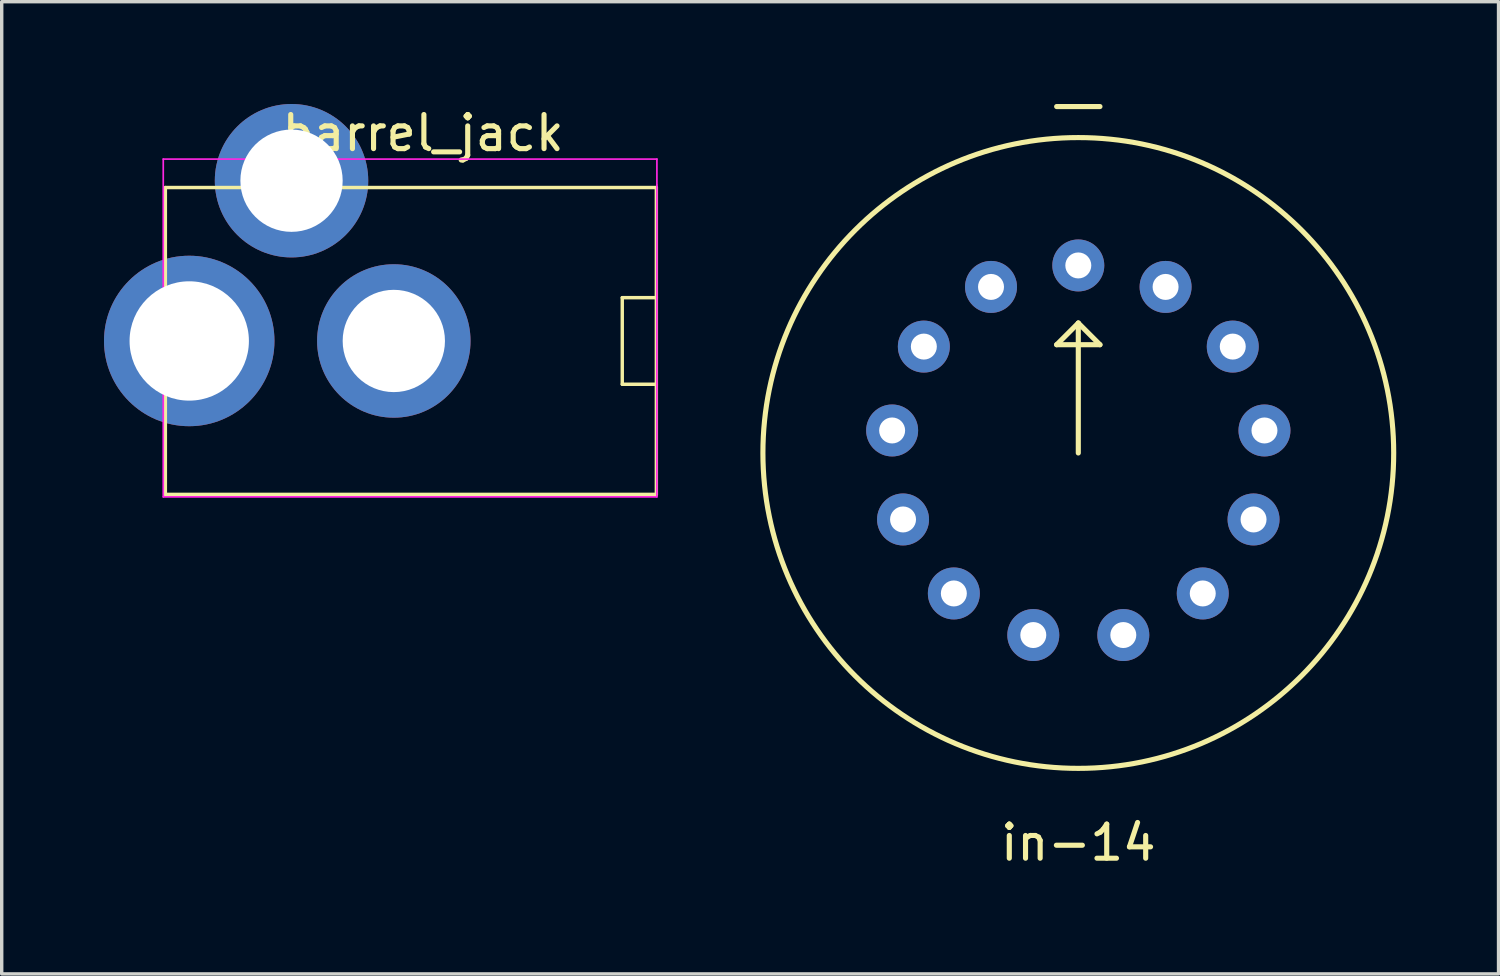
<source format=kicad_pcb>
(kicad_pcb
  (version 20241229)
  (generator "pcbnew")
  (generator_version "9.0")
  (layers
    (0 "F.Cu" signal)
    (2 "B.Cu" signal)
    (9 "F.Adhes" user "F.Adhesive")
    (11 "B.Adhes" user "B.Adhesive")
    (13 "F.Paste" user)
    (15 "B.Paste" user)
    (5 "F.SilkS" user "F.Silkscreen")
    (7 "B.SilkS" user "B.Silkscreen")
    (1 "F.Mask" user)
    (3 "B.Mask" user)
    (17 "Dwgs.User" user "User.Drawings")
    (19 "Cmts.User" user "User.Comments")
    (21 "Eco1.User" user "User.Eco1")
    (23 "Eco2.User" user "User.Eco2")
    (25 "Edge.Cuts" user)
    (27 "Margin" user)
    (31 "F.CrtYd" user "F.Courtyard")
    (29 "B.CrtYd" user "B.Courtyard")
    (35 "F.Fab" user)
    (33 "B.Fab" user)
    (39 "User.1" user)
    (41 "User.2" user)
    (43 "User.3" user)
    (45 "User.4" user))
  (footprint "barrel_jack"
    (layer "F.Cu")
    (at 2.5 6.95)
    (property "Reference" "barrel_jack" (at 6.858 -6.096 0) (layer "F.SilkS") (effects (font (size 1 1) (thickness 0.15))))
    (attr through_hole)
    (fp_line (start -0.7 -4.5) (end -0.7 4.5) (stroke (width 0.1) (type solid)) (layer "F.SilkS"))
    (fp_line (start -0.7 -4.5) (end 13.7 -4.5) (stroke (width 0.1) (type solid)) (layer "F.SilkS"))
    (fp_line (start -0.7 4.5) (end 13.7 4.5) (stroke (width 0.1) (type solid)) (layer "F.SilkS"))
    (fp_line (start 12.7 -1.27) (end 12.7 1.27) (stroke (width 0.1) (type solid)) (layer "F.SilkS"))
    (fp_line (start 12.7 -1.27) (end 13.7 -1.27) (stroke (width 0.1) (type solid)) (layer "F.SilkS"))
    (fp_line (start 12.7 1.27) (end 13.7 1.27) (stroke (width 0.1) (type solid)) (layer "F.SilkS"))
    (fp_line (start 13.7 -4.5) (end 13.7 4.5) (stroke (width 0.1) (type solid)) (layer "F.SilkS"))
    (fp_line (start -0.762 -5.334) (end -0.762 4.572) (stroke (width 0.05) (type solid)) (layer "F.CrtYd"))
    (fp_line (start -0.762 4.572) (end 13.716 4.572) (stroke (width 0.05) (type solid)) (layer "F.CrtYd"))
    (fp_line (start 13.716 -5.334) (end -0.762 -5.334) (stroke (width 0.05) (type solid)) (layer "F.CrtYd"))
    (fp_line (start 13.716 -4.572) (end 13.716 -5.334) (stroke (width 0.05) (type solid)) (layer "F.CrtYd"))
    (fp_line (start 13.716 4.572) (end 13.716 -4.572) (stroke (width 0.05) (type solid)) (layer "F.CrtYd"))
    (pad "1" thru_hole circle (at 0 0) (size 5 5) (drill 3.5) (layers "*.Cu" "*.Mask"))
    (pad "2" thru_hole circle (at 6 0) (size 4.5 4.5) (drill 3) (layers "*.Cu" "*.Mask"))
    (pad "3" thru_hole circle (at 3 -4.7) (size 4.5 4.5) (drill 3) (layers "*.Cu" "*.Mask")))
  (footprint "in-14"
    (layer "F.Cu")
    (at 28.575 10.235)
    (property "Reference" "in-14" (at 0 11.43 0) (layer "F.SilkS") (effects (font (size 1 1) (thickness 0.15))))
    (attr through_hole)
    (fp_line (start -0.635 -10.16) (end 0.635 -10.16) (stroke (width 0.15) (type solid)) (layer "F.SilkS"))
    (fp_line (start -0.635 -3.175) (end 0.635 -3.175) (stroke (width 0.15) (type solid)) (layer "F.SilkS"))
    (fp_line (start 0 -3.81) (end -0.635 -3.175) (stroke (width 0.15) (type solid)) (layer "F.SilkS"))
    (fp_line (start 0 0) (end 0 -3.81) (stroke (width 0.15) (type solid)) (layer "F.SilkS"))
    (fp_line (start 0.635 -3.175) (end 0 -3.81) (stroke (width 0.15) (type solid)) (layer "F.SilkS"))
    (fp_circle (center 0 0) (end 9.25 0) (stroke (width 0.15) (type solid)) (fill no) (layer "F.SilkS"))
    (pad "1" thru_hole circle (at 0 -5.5) (size 1.524 1.524) (drill 0.762) (layers "*.Cu" "*.Mask"))
    (pad "2" thru_hole circle (at -2.56 -4.87) (size 1.524 1.524) (drill 0.762) (layers "*.Cu" "*.Mask"))
    (pad "3" thru_hole circle (at -4.53 -3.12) (size 1.524 1.524) (drill 0.762) (layers "*.Cu" "*.Mask"))
    (pad "4" thru_hole circle (at -5.46 -0.66) (size 1.524 1.524) (drill 0.762) (layers "*.Cu" "*.Mask"))
    (pad "5" thru_hole circle (at -5.14 1.95) (size 1.524 1.524) (drill 0.762) (layers "*.Cu" "*.Mask"))
    (pad "6" thru_hole circle (at -3.65 4.12) (size 1.524 1.524) (drill 0.762) (layers "*.Cu" "*.Mask"))
    (pad "7" thru_hole circle (at -1.32 5.34) (size 1.524 1.524) (drill 0.762) (layers "*.Cu" "*.Mask"))
    (pad "8" thru_hole circle (at 1.32 5.34) (size 1.524 1.524) (drill 0.762) (layers "*.Cu" "*.Mask"))
    (pad "9" thru_hole circle (at 3.65 4.12) (size 1.524 1.524) (drill 0.762) (layers "*.Cu" "*.Mask"))
    (pad "10" thru_hole circle (at 5.14 1.95) (size 1.524 1.524) (drill 0.762) (layers "*.Cu" "*.Mask"))
    (pad "11" thru_hole circle (at 5.46 -0.66) (size 1.524 1.524) (drill 0.762) (layers "*.Cu" "*.Mask"))
    (pad "12" thru_hole circle (at 4.53 -3.12) (size 1.524 1.524) (drill 0.762) (layers "*.Cu" "*.Mask"))
    (pad "13" thru_hole circle (at 2.56 -4.87) (size 1.524 1.524) (drill 0.762) (layers "*.Cu" "*.Mask")))
  (gr_rect
    (start -3 -3)
    (end 40.9 25.513)
    (stroke (width 0.1) (type default))
    (fill no)
    (layer "Edge.Cuts")))
</source>
